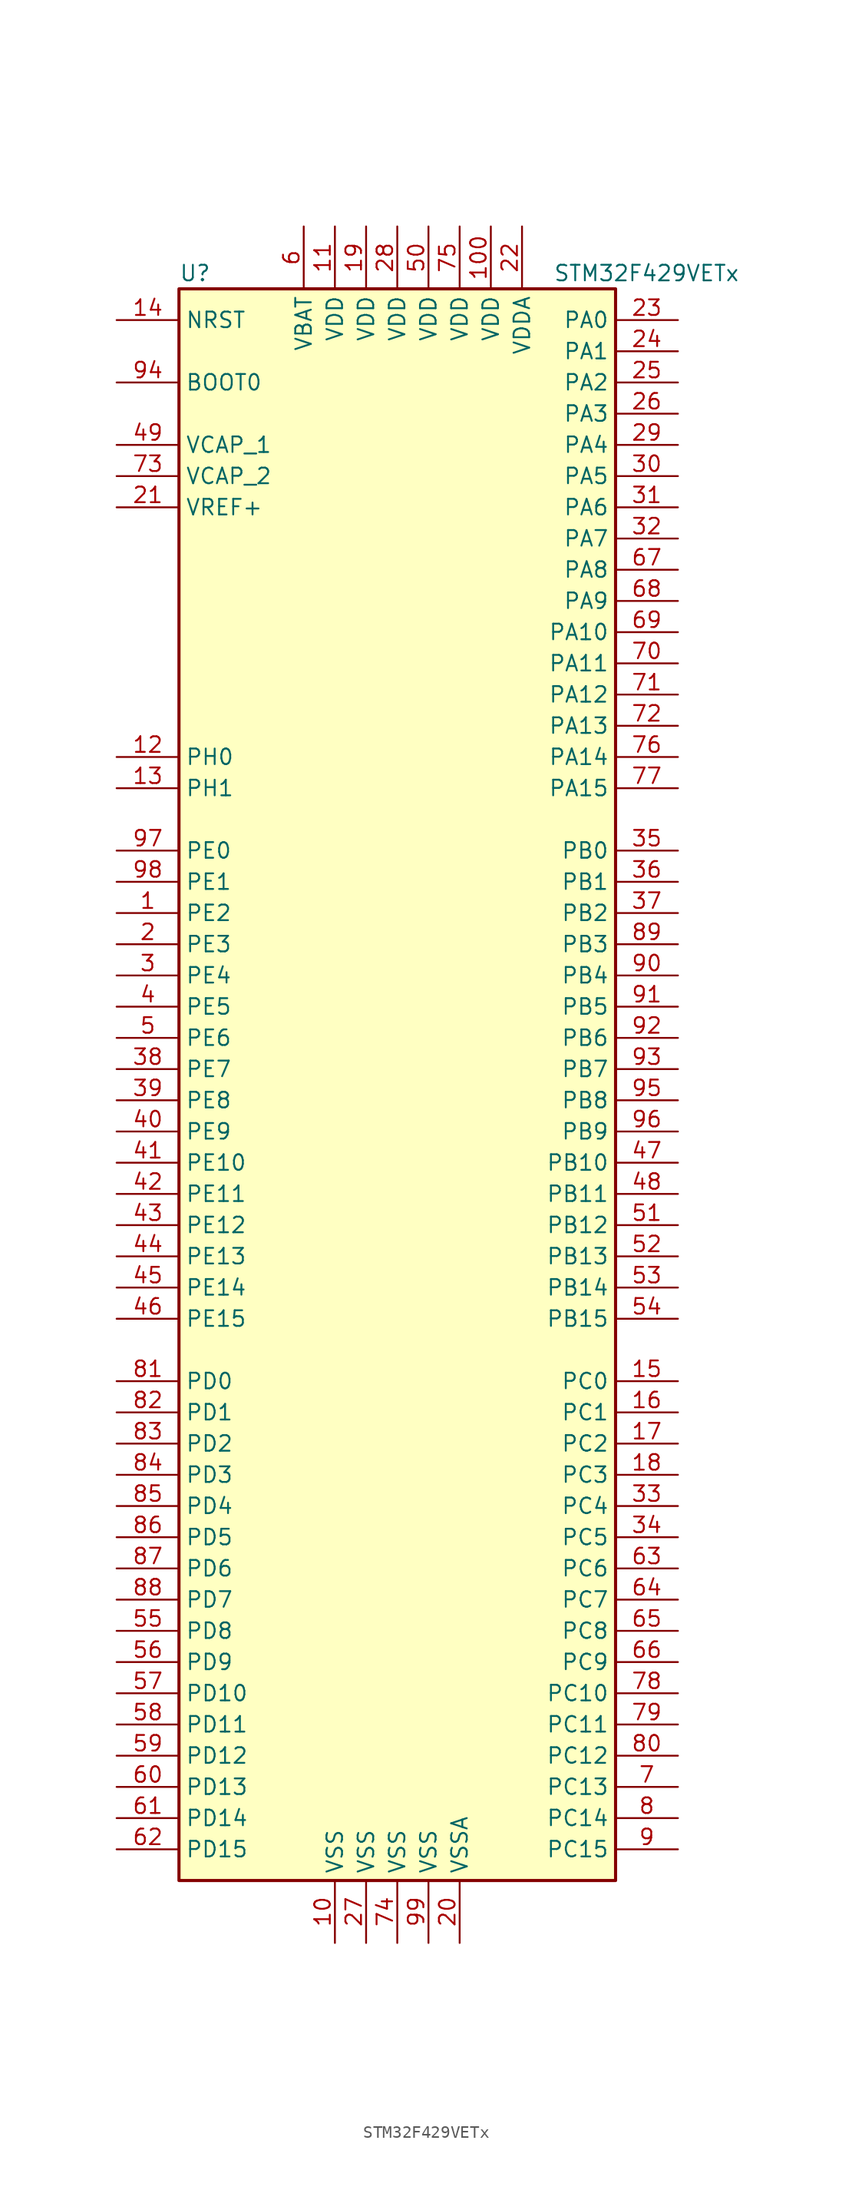
<source format=kicad_sym>
(kicad_symbol_lib
  (version 20211014)
  (generator kicad_symbol_editor)
  (symbol "STM32F429VETx"
    (property "Reference" "U"
      (at -17.78 64.77 0)
      (effects (font (size 1.27 1.27)) (justify left)))
    (property "Value" "STM32F429VETx"
      (at 12.7 64.77 0)
      (effects (font (size 1.27 1.27)) (justify left)))
    (symbol "STM32F429VETx_0_1"
      (rectangle (start -17.78 -66.04) (end 17.78 63.5) (stroke (width 0.254) (type default) (color 0 0 0 0)) (fill (type background))))
    (symbol "STM32F429VETx_1_1"
      (pin bidirectional line (at -22.86 12.7 0) (length 5.08) (name "PE2" (effects (font (size 1.27 1.27)))) (number "1" (effects (font (size 1.27 1.27)))))
      (pin power_in line (at -5.08 -71.12 90) (length 5.08) (name "VSS" (effects (font (size 1.27 1.27)))) (number "10" (effects (font (size 1.27 1.27)))))
      (pin power_in line (at 7.62 68.58 270) (length 5.08) (name "VDD" (effects (font (size 1.27 1.27)))) (number "100" (effects (font (size 1.27 1.27)))))
      (pin power_in line (at -5.08 68.58 270) (length 5.08) (name "VDD" (effects (font (size 1.27 1.27)))) (number "11" (effects (font (size 1.27 1.27)))))
      (pin input line (at -22.86 25.4 0) (length 5.08) (name "PH0" (effects (font (size 1.27 1.27)))) (number "12" (effects (font (size 1.27 1.27)))))
      (pin input line (at -22.86 22.86 0) (length 5.08) (name "PH1" (effects (font (size 1.27 1.27)))) (number "13" (effects (font (size 1.27 1.27)))))
      (pin input line (at -22.86 60.96 0) (length 5.08) (name "NRST" (effects (font (size 1.27 1.27)))) (number "14" (effects (font (size 1.27 1.27)))))
      (pin bidirectional line (at 22.86 -25.4 180) (length 5.08) (name "PC0" (effects (font (size 1.27 1.27)))) (number "15" (effects (font (size 1.27 1.27)))))
      (pin bidirectional line (at 22.86 -27.94 180) (length 5.08) (name "PC1" (effects (font (size 1.27 1.27)))) (number "16" (effects (font (size 1.27 1.27)))))
      (pin bidirectional line (at 22.86 -30.48 180) (length 5.08) (name "PC2" (effects (font (size 1.27 1.27)))) (number "17" (effects (font (size 1.27 1.27)))))
      (pin bidirectional line (at 22.86 -33.02 180) (length 5.08) (name "PC3" (effects (font (size 1.27 1.27)))) (number "18" (effects (font (size 1.27 1.27)))))
      (pin power_in line (at -2.54 68.58 270) (length 5.08) (name "VDD" (effects (font (size 1.27 1.27)))) (number "19" (effects (font (size 1.27 1.27)))))
      (pin bidirectional line (at -22.86 10.16 0) (length 5.08) (name "PE3" (effects (font (size 1.27 1.27)))) (number "2" (effects (font (size 1.27 1.27)))))
      (pin power_in line (at 5.08 -71.12 90) (length 5.08) (name "VSSA" (effects (font (size 1.27 1.27)))) (number "20" (effects (font (size 1.27 1.27)))))
      (pin power_in line (at -22.86 45.72 0) (length 5.08) (name "VREF+" (effects (font (size 1.27 1.27)))) (number "21" (effects (font (size 1.27 1.27)))))
      (pin power_in line (at 10.16 68.58 270) (length 5.08) (name "VDDA" (effects (font (size 1.27 1.27)))) (number "22" (effects (font (size 1.27 1.27)))))
      (pin bidirectional line (at 22.86 60.96 180) (length 5.08) (name "PA0" (effects (font (size 1.27 1.27)))) (number "23" (effects (font (size 1.27 1.27)))))
      (pin bidirectional line (at 22.86 58.42 180) (length 5.08) (name "PA1" (effects (font (size 1.27 1.27)))) (number "24" (effects (font (size 1.27 1.27)))))
      (pin bidirectional line (at 22.86 55.88 180) (length 5.08) (name "PA2" (effects (font (size 1.27 1.27)))) (number "25" (effects (font (size 1.27 1.27)))))
      (pin bidirectional line (at 22.86 53.34 180) (length 5.08) (name "PA3" (effects (font (size 1.27 1.27)))) (number "26" (effects (font (size 1.27 1.27)))))
      (pin power_in line (at -2.54 -71.12 90) (length 5.08) (name "VSS" (effects (font (size 1.27 1.27)))) (number "27" (effects (font (size 1.27 1.27)))))
      (pin power_in line (at 0 68.58 270) (length 5.08) (name "VDD" (effects (font (size 1.27 1.27)))) (number "28" (effects (font (size 1.27 1.27)))))
      (pin bidirectional line (at 22.86 50.8 180) (length 5.08) (name "PA4" (effects (font (size 1.27 1.27)))) (number "29" (effects (font (size 1.27 1.27)))))
      (pin bidirectional line (at -22.86 7.62 0) (length 5.08) (name "PE4" (effects (font (size 1.27 1.27)))) (number "3" (effects (font (size 1.27 1.27)))))
      (pin bidirectional line (at 22.86 48.26 180) (length 5.08) (name "PA5" (effects (font (size 1.27 1.27)))) (number "30" (effects (font (size 1.27 1.27)))))
      (pin bidirectional line (at 22.86 45.72 180) (length 5.08) (name "PA6" (effects (font (size 1.27 1.27)))) (number "31" (effects (font (size 1.27 1.27)))))
      (pin bidirectional line (at 22.86 43.18 180) (length 5.08) (name "PA7" (effects (font (size 1.27 1.27)))) (number "32" (effects (font (size 1.27 1.27)))))
      (pin bidirectional line (at 22.86 -35.56 180) (length 5.08) (name "PC4" (effects (font (size 1.27 1.27)))) (number "33" (effects (font (size 1.27 1.27)))))
      (pin bidirectional line (at 22.86 -38.1 180) (length 5.08) (name "PC5" (effects (font (size 1.27 1.27)))) (number "34" (effects (font (size 1.27 1.27)))))
      (pin bidirectional line (at 22.86 17.78 180) (length 5.08) (name "PB0" (effects (font (size 1.27 1.27)))) (number "35" (effects (font (size 1.27 1.27)))))
      (pin bidirectional line (at 22.86 15.24 180) (length 5.08) (name "PB1" (effects (font (size 1.27 1.27)))) (number "36" (effects (font (size 1.27 1.27)))))
      (pin bidirectional line (at 22.86 12.7 180) (length 5.08) (name "PB2" (effects (font (size 1.27 1.27)))) (number "37" (effects (font (size 1.27 1.27)))))
      (pin bidirectional line (at -22.86 0 0) (length 5.08) (name "PE7" (effects (font (size 1.27 1.27)))) (number "38" (effects (font (size 1.27 1.27)))))
      (pin bidirectional line (at -22.86 -2.54 0) (length 5.08) (name "PE8" (effects (font (size 1.27 1.27)))) (number "39" (effects (font (size 1.27 1.27)))))
      (pin bidirectional line (at -22.86 5.08 0) (length 5.08) (name "PE5" (effects (font (size 1.27 1.27)))) (number "4" (effects (font (size 1.27 1.27)))))
      (pin bidirectional line (at -22.86 -5.08 0) (length 5.08) (name "PE9" (effects (font (size 1.27 1.27)))) (number "40" (effects (font (size 1.27 1.27)))))
      (pin bidirectional line (at -22.86 -7.62 0) (length 5.08) (name "PE10" (effects (font (size 1.27 1.27)))) (number "41" (effects (font (size 1.27 1.27)))))
      (pin bidirectional line (at -22.86 -10.16 0) (length 5.08) (name "PE11" (effects (font (size 1.27 1.27)))) (number "42" (effects (font (size 1.27 1.27)))))
      (pin bidirectional line (at -22.86 -12.7 0) (length 5.08) (name "PE12" (effects (font (size 1.27 1.27)))) (number "43" (effects (font (size 1.27 1.27)))))
      (pin bidirectional line (at -22.86 -15.24 0) (length 5.08) (name "PE13" (effects (font (size 1.27 1.27)))) (number "44" (effects (font (size 1.27 1.27)))))
      (pin bidirectional line (at -22.86 -17.78 0) (length 5.08) (name "PE14" (effects (font (size 1.27 1.27)))) (number "45" (effects (font (size 1.27 1.27)))))
      (pin bidirectional line (at -22.86 -20.32 0) (length 5.08) (name "PE15" (effects (font (size 1.27 1.27)))) (number "46" (effects (font (size 1.27 1.27)))))
      (pin bidirectional line (at 22.86 -7.62 180) (length 5.08) (name "PB10" (effects (font (size 1.27 1.27)))) (number "47" (effects (font (size 1.27 1.27)))))
      (pin bidirectional line (at 22.86 -10.16 180) (length 5.08) (name "PB11" (effects (font (size 1.27 1.27)))) (number "48" (effects (font (size 1.27 1.27)))))
      (pin power_in line (at -22.86 50.8 0) (length 5.08) (name "VCAP_1" (effects (font (size 1.27 1.27)))) (number "49" (effects (font (size 1.27 1.27)))))
      (pin bidirectional line (at -22.86 2.54 0) (length 5.08) (name "PE6" (effects (font (size 1.27 1.27)))) (number "5" (effects (font (size 1.27 1.27)))))
      (pin power_in line (at 2.54 68.58 270) (length 5.08) (name "VDD" (effects (font (size 1.27 1.27)))) (number "50" (effects (font (size 1.27 1.27)))))
      (pin bidirectional line (at 22.86 -12.7 180) (length 5.08) (name "PB12" (effects (font (size 1.27 1.27)))) (number "51" (effects (font (size 1.27 1.27)))))
      (pin bidirectional line (at 22.86 -15.24 180) (length 5.08) (name "PB13" (effects (font (size 1.27 1.27)))) (number "52" (effects (font (size 1.27 1.27)))))
      (pin bidirectional line (at 22.86 -17.78 180) (length 5.08) (name "PB14" (effects (font (size 1.27 1.27)))) (number "53" (effects (font (size 1.27 1.27)))))
      (pin bidirectional line (at 22.86 -20.32 180) (length 5.08) (name "PB15" (effects (font (size 1.27 1.27)))) (number "54" (effects (font (size 1.27 1.27)))))
      (pin bidirectional line (at -22.86 -45.72 0) (length 5.08) (name "PD8" (effects (font (size 1.27 1.27)))) (number "55" (effects (font (size 1.27 1.27)))))
      (pin bidirectional line (at -22.86 -48.26 0) (length 5.08) (name "PD9" (effects (font (size 1.27 1.27)))) (number "56" (effects (font (size 1.27 1.27)))))
      (pin bidirectional line (at -22.86 -50.8 0) (length 5.08) (name "PD10" (effects (font (size 1.27 1.27)))) (number "57" (effects (font (size 1.27 1.27)))))
      (pin bidirectional line (at -22.86 -53.34 0) (length 5.08) (name "PD11" (effects (font (size 1.27 1.27)))) (number "58" (effects (font (size 1.27 1.27)))))
      (pin bidirectional line (at -22.86 -55.88 0) (length 5.08) (name "PD12" (effects (font (size 1.27 1.27)))) (number "59" (effects (font (size 1.27 1.27)))))
      (pin power_in line (at -7.62 68.58 270) (length 5.08) (name "VBAT" (effects (font (size 1.27 1.27)))) (number "6" (effects (font (size 1.27 1.27)))))
      (pin bidirectional line (at -22.86 -58.42 0) (length 5.08) (name "PD13" (effects (font (size 1.27 1.27)))) (number "60" (effects (font (size 1.27 1.27)))))
      (pin bidirectional line (at -22.86 -60.96 0) (length 5.08) (name "PD14" (effects (font (size 1.27 1.27)))) (number "61" (effects (font (size 1.27 1.27)))))
      (pin bidirectional line (at -22.86 -63.5 0) (length 5.08) (name "PD15" (effects (font (size 1.27 1.27)))) (number "62" (effects (font (size 1.27 1.27)))))
      (pin bidirectional line (at 22.86 -40.64 180) (length 5.08) (name "PC6" (effects (font (size 1.27 1.27)))) (number "63" (effects (font (size 1.27 1.27)))))
      (pin bidirectional line (at 22.86 -43.18 180) (length 5.08) (name "PC7" (effects (font (size 1.27 1.27)))) (number "64" (effects (font (size 1.27 1.27)))))
      (pin bidirectional line (at 22.86 -45.72 180) (length 5.08) (name "PC8" (effects (font (size 1.27 1.27)))) (number "65" (effects (font (size 1.27 1.27)))))
      (pin bidirectional line (at 22.86 -48.26 180) (length 5.08) (name "PC9" (effects (font (size 1.27 1.27)))) (number "66" (effects (font (size 1.27 1.27)))))
      (pin bidirectional line (at 22.86 40.64 180) (length 5.08) (name "PA8" (effects (font (size 1.27 1.27)))) (number "67" (effects (font (size 1.27 1.27)))))
      (pin bidirectional line (at 22.86 38.1 180) (length 5.08) (name "PA9" (effects (font (size 1.27 1.27)))) (number "68" (effects (font (size 1.27 1.27)))))
      (pin bidirectional line (at 22.86 35.56 180) (length 5.08) (name "PA10" (effects (font (size 1.27 1.27)))) (number "69" (effects (font (size 1.27 1.27)))))
      (pin bidirectional line (at 22.86 -58.42 180) (length 5.08) (name "PC13" (effects (font (size 1.27 1.27)))) (number "7" (effects (font (size 1.27 1.27)))))
      (pin bidirectional line (at 22.86 33.02 180) (length 5.08) (name "PA11" (effects (font (size 1.27 1.27)))) (number "70" (effects (font (size 1.27 1.27)))))
      (pin bidirectional line (at 22.86 30.48 180) (length 5.08) (name "PA12" (effects (font (size 1.27 1.27)))) (number "71" (effects (font (size 1.27 1.27)))))
      (pin bidirectional line (at 22.86 27.94 180) (length 5.08) (name "PA13" (effects (font (size 1.27 1.27)))) (number "72" (effects (font (size 1.27 1.27)))))
      (pin power_in line (at -22.86 48.26 0) (length 5.08) (name "VCAP_2" (effects (font (size 1.27 1.27)))) (number "73" (effects (font (size 1.27 1.27)))))
      (pin power_in line (at 0 -71.12 90) (length 5.08) (name "VSS" (effects (font (size 1.27 1.27)))) (number "74" (effects (font (size 1.27 1.27)))))
      (pin power_in line (at 5.08 68.58 270) (length 5.08) (name "VDD" (effects (font (size 1.27 1.27)))) (number "75" (effects (font (size 1.27 1.27)))))
      (pin bidirectional line (at 22.86 25.4 180) (length 5.08) (name "PA14" (effects (font (size 1.27 1.27)))) (number "76" (effects (font (size 1.27 1.27)))))
      (pin bidirectional line (at 22.86 22.86 180) (length 5.08) (name "PA15" (effects (font (size 1.27 1.27)))) (number "77" (effects (font (size 1.27 1.27)))))
      (pin bidirectional line (at 22.86 -50.8 180) (length 5.08) (name "PC10" (effects (font (size 1.27 1.27)))) (number "78" (effects (font (size 1.27 1.27)))))
      (pin bidirectional line (at 22.86 -53.34 180) (length 5.08) (name "PC11" (effects (font (size 1.27 1.27)))) (number "79" (effects (font (size 1.27 1.27)))))
      (pin bidirectional line (at 22.86 -60.96 180) (length 5.08) (name "PC14" (effects (font (size 1.27 1.27)))) (number "8" (effects (font (size 1.27 1.27)))))
      (pin bidirectional line (at 22.86 -55.88 180) (length 5.08) (name "PC12" (effects (font (size 1.27 1.27)))) (number "80" (effects (font (size 1.27 1.27)))))
      (pin bidirectional line (at -22.86 -25.4 0) (length 5.08) (name "PD0" (effects (font (size 1.27 1.27)))) (number "81" (effects (font (size 1.27 1.27)))))
      (pin bidirectional line (at -22.86 -27.94 0) (length 5.08) (name "PD1" (effects (font (size 1.27 1.27)))) (number "82" (effects (font (size 1.27 1.27)))))
      (pin bidirectional line (at -22.86 -30.48 0) (length 5.08) (name "PD2" (effects (font (size 1.27 1.27)))) (number "83" (effects (font (size 1.27 1.27)))))
      (pin bidirectional line (at -22.86 -33.02 0) (length 5.08) (name "PD3" (effects (font (size 1.27 1.27)))) (number "84" (effects (font (size 1.27 1.27)))))
      (pin bidirectional line (at -22.86 -35.56 0) (length 5.08) (name "PD4" (effects (font (size 1.27 1.27)))) (number "85" (effects (font (size 1.27 1.27)))))
      (pin bidirectional line (at -22.86 -38.1 0) (length 5.08) (name "PD5" (effects (font (size 1.27 1.27)))) (number "86" (effects (font (size 1.27 1.27)))))
      (pin bidirectional line (at -22.86 -40.64 0) (length 5.08) (name "PD6" (effects (font (size 1.27 1.27)))) (number "87" (effects (font (size 1.27 1.27)))))
      (pin bidirectional line (at -22.86 -43.18 0) (length 5.08) (name "PD7" (effects (font (size 1.27 1.27)))) (number "88" (effects (font (size 1.27 1.27)))))
      (pin bidirectional line (at 22.86 10.16 180) (length 5.08) (name "PB3" (effects (font (size 1.27 1.27)))) (number "89" (effects (font (size 1.27 1.27)))))
      (pin bidirectional line (at 22.86 -63.5 180) (length 5.08) (name "PC15" (effects (font (size 1.27 1.27)))) (number "9" (effects (font (size 1.27 1.27)))))
      (pin bidirectional line (at 22.86 7.62 180) (length 5.08) (name "PB4" (effects (font (size 1.27 1.27)))) (number "90" (effects (font (size 1.27 1.27)))))
      (pin bidirectional line (at 22.86 5.08 180) (length 5.08) (name "PB5" (effects (font (size 1.27 1.27)))) (number "91" (effects (font (size 1.27 1.27)))))
      (pin bidirectional line (at 22.86 2.54 180) (length 5.08) (name "PB6" (effects (font (size 1.27 1.27)))) (number "92" (effects (font (size 1.27 1.27)))))
      (pin bidirectional line (at 22.86 0 180) (length 5.08) (name "PB7" (effects (font (size 1.27 1.27)))) (number "93" (effects (font (size 1.27 1.27)))))
      (pin input line (at -22.86 55.88 0) (length 5.08) (name "BOOT0" (effects (font (size 1.27 1.27)))) (number "94" (effects (font (size 1.27 1.27)))))
      (pin bidirectional line (at 22.86 -2.54 180) (length 5.08) (name "PB8" (effects (font (size 1.27 1.27)))) (number "95" (effects (font (size 1.27 1.27)))))
      (pin bidirectional line (at 22.86 -5.08 180) (length 5.08) (name "PB9" (effects (font (size 1.27 1.27)))) (number "96" (effects (font (size 1.27 1.27)))))
      (pin bidirectional line (at -22.86 17.78 0) (length 5.08) (name "PE0" (effects (font (size 1.27 1.27)))) (number "97" (effects (font (size 1.27 1.27)))))
      (pin bidirectional line (at -22.86 15.24 0) (length 5.08) (name "PE1" (effects (font (size 1.27 1.27)))) (number "98" (effects (font (size 1.27 1.27)))))
      (pin power_in line (at 2.54 -71.12 90) (length 5.08) (name "VSS" (effects (font (size 1.27 1.27)))) (number "99" (effects (font (size 1.27 1.27))))))))
</source>
